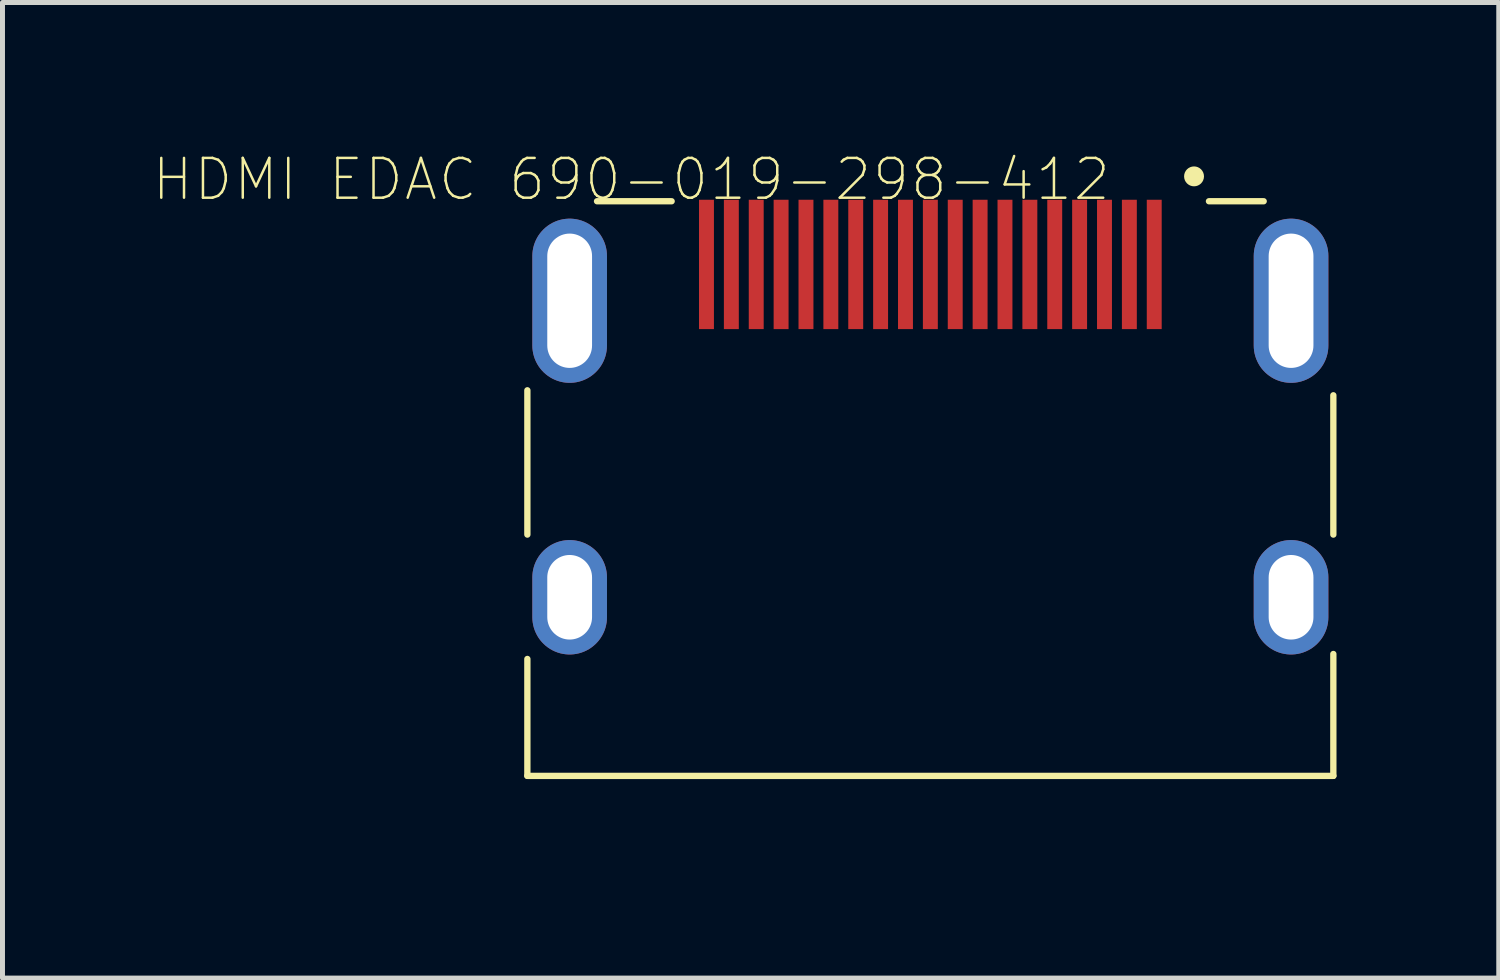
<source format=kicad_pcb>
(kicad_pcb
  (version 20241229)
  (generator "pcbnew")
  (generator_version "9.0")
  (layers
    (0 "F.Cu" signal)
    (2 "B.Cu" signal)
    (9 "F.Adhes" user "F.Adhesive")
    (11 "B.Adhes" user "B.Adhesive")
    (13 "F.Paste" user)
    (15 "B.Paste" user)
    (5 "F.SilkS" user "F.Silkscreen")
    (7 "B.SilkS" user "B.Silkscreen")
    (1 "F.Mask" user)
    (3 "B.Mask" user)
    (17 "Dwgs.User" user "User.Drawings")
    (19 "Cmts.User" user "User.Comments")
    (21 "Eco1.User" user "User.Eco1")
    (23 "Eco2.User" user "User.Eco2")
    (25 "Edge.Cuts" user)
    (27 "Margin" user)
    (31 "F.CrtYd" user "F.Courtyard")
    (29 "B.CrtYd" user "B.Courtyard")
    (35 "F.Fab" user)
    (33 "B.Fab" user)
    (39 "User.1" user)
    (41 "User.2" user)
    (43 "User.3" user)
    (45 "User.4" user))
  (footprint "HDMI EDAC 690-019-298-412"
    (layer "F.Cu")
    (at 15.65 2.995)
    (property "Reference" "HDMI EDAC 690-019-298-412" (at -6.011 -2.439 0) (layer "F.SilkS") (effects (font (size 0.8 0.8) (thickness 0.05))))
    (attr smd)
    (fp_line (start -8.1 4.7) (end -8.1 1.8) (stroke (width 0.127) (type solid)) (layer "F.SilkS"))
    (fp_line (start -8.1 9.55) (end -8.1 7.2) (stroke (width 0.127) (type solid)) (layer "F.SilkS"))
    (fp_line (start -8.1 9.55) (end 8.1 9.55) (stroke (width 0.127) (type solid)) (layer "F.SilkS"))
    (fp_line (start -6.7 -2) (end -5.2 -2) (stroke (width 0.127) (type solid)) (layer "F.SilkS"))
    (fp_line (start 5.6 -2) (end 6.7 -2) (stroke (width 0.127) (type solid)) (layer "F.SilkS"))
    (fp_line (start 8.1 1.9) (end 8.1 4.7) (stroke (width 0.127) (type solid)) (layer "F.SilkS"))
    (fp_line (start 8.1 7.1) (end 8.1 9.55) (stroke (width 0.127) (type solid)) (layer "F.SilkS"))
    (fp_circle (center 5.3 -2.5) (end 5.4 -2.5) (stroke (width 0.2) (type solid)) (fill no) (layer "F.SilkS"))
    (fp_line (start -8.35 -2.2) (end 8.4 -2.2) (stroke (width 0.05) (type solid)) (layer "Eco1.User"))
    (fp_line (start -8.35 8.5) (end -8.35 -2.2) (stroke (width 0.05) (type solid)) (layer "Eco1.User"))
    (fp_line (start -8.35 9.5) (end -8.35 8.5) (stroke (width 0.05) (type solid)) (layer "Eco1.User"))
    (fp_line (start 8.4 -2.2) (end 8.4 9.5) (stroke (width 0.05) (type solid)) (layer "Eco1.User"))
    (fp_line (start 8.4 9.5) (end -8.35 9.5) (stroke (width 0.05) (type solid)) (layer "Eco1.User"))
    (fp_line (start -8.1 -2) (end 8.1 -2) (stroke (width 0.127) (type solid)) (layer "Eco2.User"))
    (fp_line (start -8.1 8.5) (end -8.1 -2) (stroke (width 0.127) (type solid)) (layer "Eco2.User"))
    (fp_line (start -8.1 10.55) (end -8.1 8.5) (stroke (width 0.127) (type solid)) (layer "Eco2.User"))
    (fp_line (start 8.1 -2) (end 8.1 8.5) (stroke (width 0.127) (type solid)) (layer "Eco2.User"))
    (fp_line (start 8.1 8.5) (end 8.1 10.55) (stroke (width 0.127) (type solid)) (layer "Eco2.User"))
    (fp_line (start 8.1 10.55) (end -8.1 10.55) (stroke (width 0.127) (type solid)) (layer "Eco2.User"))
    (pad "1" smd rect (at 4.5 -0.73 90) (size 2.6 0.3) (layers "F.Cu" "F.Mask" "F.Paste"))
    (pad "2" smd rect (at 4 -0.73 90) (size 2.6 0.3) (layers "F.Cu" "F.Mask" "F.Paste"))
    (pad "3" smd rect (at 3.5 -0.73 90) (size 2.6 0.3) (layers "F.Cu" "F.Mask" "F.Paste"))
    (pad "4" smd rect (at 3 -0.73 90) (size 2.6 0.3) (layers "F.Cu" "F.Mask" "F.Paste"))
    (pad "5" smd rect (at 2.5 -0.73 90) (size 2.6 0.3) (layers "F.Cu" "F.Mask" "F.Paste"))
    (pad "6" smd rect (at 2 -0.73 90) (size 2.6 0.3) (layers "F.Cu" "F.Mask" "F.Paste"))
    (pad "7" smd rect (at 1.5 -0.73 90) (size 2.6 0.3) (layers "F.Cu" "F.Mask" "F.Paste"))
    (pad "8" smd rect (at 1 -0.73 90) (size 2.6 0.3) (layers "F.Cu" "F.Mask" "F.Paste"))
    (pad "9" smd rect (at 0.5 -0.73 90) (size 2.6 0.3) (layers "F.Cu" "F.Mask" "F.Paste"))
    (pad "10" smd rect (at 0 -0.73 90) (size 2.6 0.3) (layers "F.Cu" "F.Mask" "F.Paste"))
    (pad "11" smd rect (at -0.5 -0.73 90) (size 2.6 0.3) (layers "F.Cu" "F.Mask" "F.Paste"))
    (pad "12" smd rect (at -1 -0.73 90) (size 2.6 0.3) (layers "F.Cu" "F.Mask" "F.Paste"))
    (pad "13" smd rect (at -1.5 -0.73 90) (size 2.6 0.3) (layers "F.Cu" "F.Mask" "F.Paste"))
    (pad "14" smd rect (at -2 -0.73 90) (size 2.6 0.3) (layers "F.Cu" "F.Mask" "F.Paste"))
    (pad "15" smd rect (at -2.5 -0.73 90) (size 2.6 0.3) (layers "F.Cu" "F.Mask" "F.Paste"))
    (pad "16" smd rect (at -3 -0.73 90) (size 2.6 0.3) (layers "F.Cu" "F.Mask" "F.Paste"))
    (pad "17" smd rect (at -3.5 -0.73 90) (size 2.6 0.3) (layers "F.Cu" "F.Mask" "F.Paste"))
    (pad "18" smd rect (at -4 -0.73 90) (size 2.6 0.3) (layers "F.Cu" "F.Mask" "F.Paste"))
    (pad "19" smd rect (at -4.5 -0.73 90) (size 2.6 0.3) (layers "F.Cu" "F.Mask" "F.Paste"))
    (pad "SH1" thru_hole oval (at 7.25 0) (size 1.5 3.3) (drill oval 0.9 2.7) (layers "*.Cu" "*.Mask"))
    (pad "SH2" thru_hole oval (at -7.25 0) (size 1.5 3.3) (drill oval 0.9 2.7) (layers "*.Cu" "*.Mask"))
    (pad "SH3" thru_hole oval (at -7.25 5.96) (size 1.5 2.3) (drill oval 0.9 1.7) (layers "*.Cu" "*.Mask"))
    (pad "SH4" thru_hole oval (at 7.25 5.96) (size 1.5 2.3) (drill oval 0.9 1.7) (layers "*.Cu" "*.Mask")))
  (gr_rect
    (start -3 -3)
    (end 27.075 16.609)
    (stroke (width 0.1) (type default))
    (fill no)
    (layer "Edge.Cuts")))
</source>
